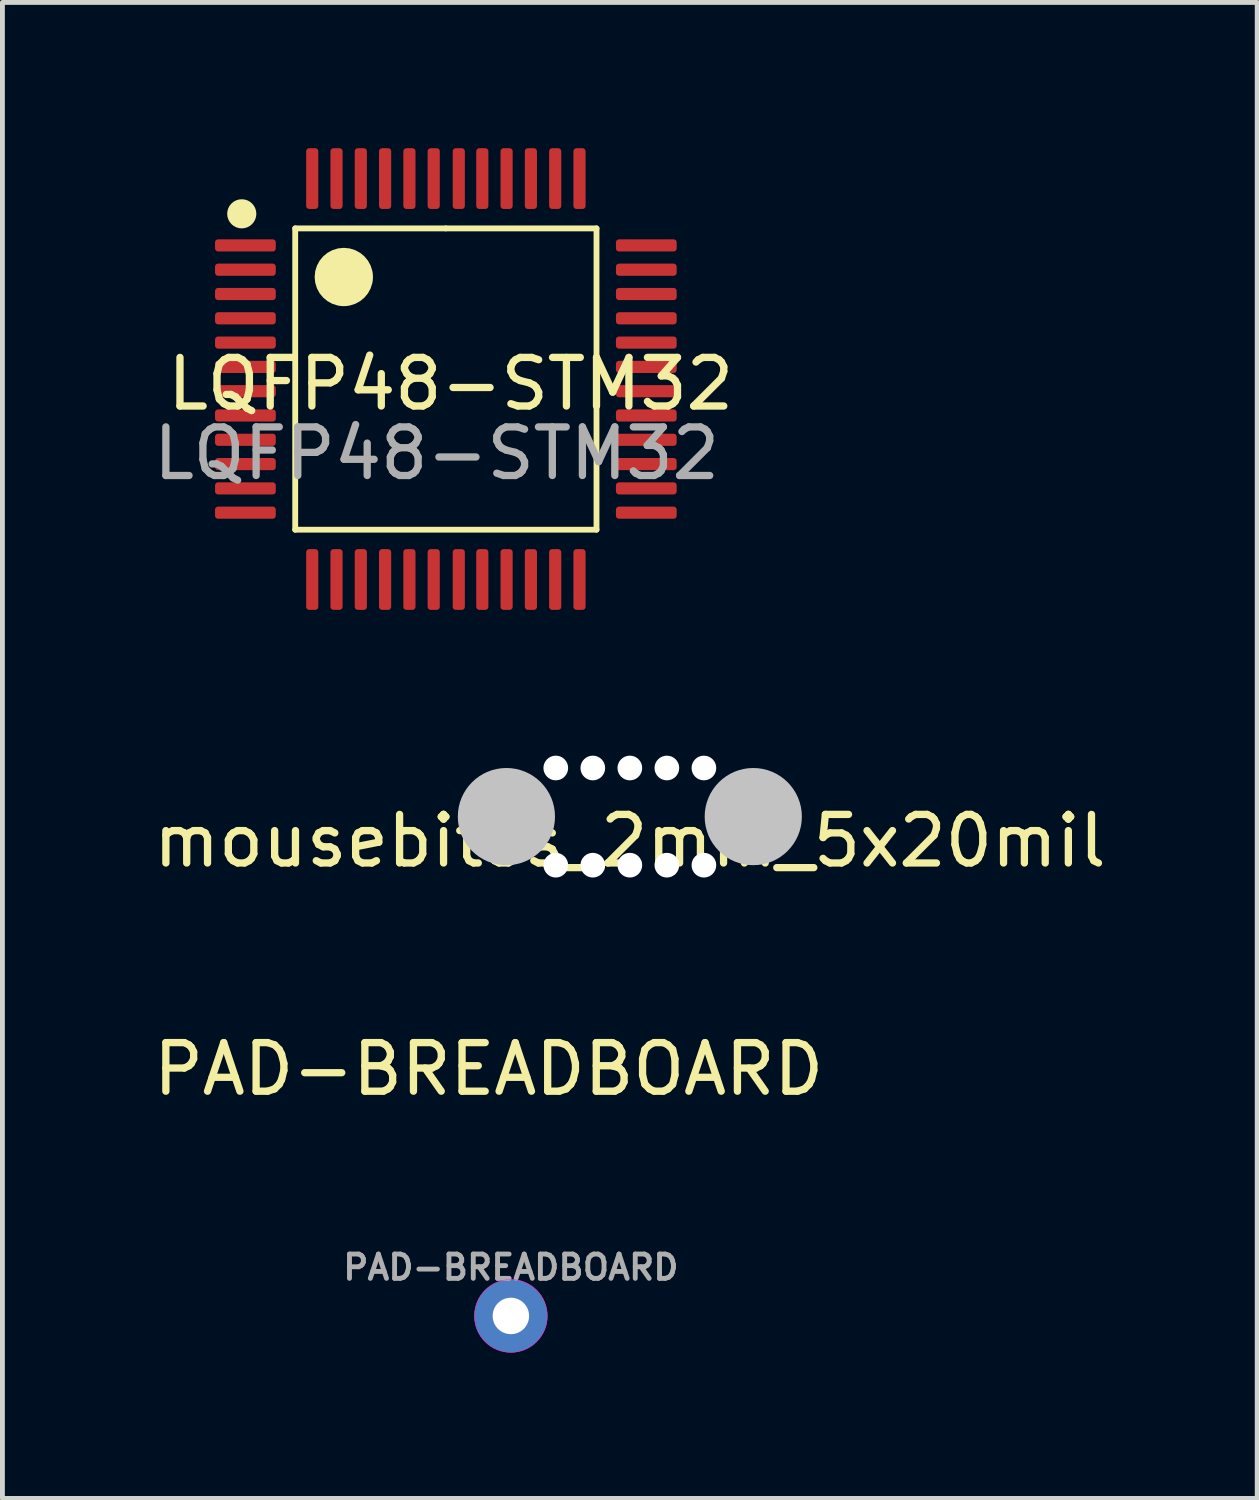
<source format=kicad_pcb>
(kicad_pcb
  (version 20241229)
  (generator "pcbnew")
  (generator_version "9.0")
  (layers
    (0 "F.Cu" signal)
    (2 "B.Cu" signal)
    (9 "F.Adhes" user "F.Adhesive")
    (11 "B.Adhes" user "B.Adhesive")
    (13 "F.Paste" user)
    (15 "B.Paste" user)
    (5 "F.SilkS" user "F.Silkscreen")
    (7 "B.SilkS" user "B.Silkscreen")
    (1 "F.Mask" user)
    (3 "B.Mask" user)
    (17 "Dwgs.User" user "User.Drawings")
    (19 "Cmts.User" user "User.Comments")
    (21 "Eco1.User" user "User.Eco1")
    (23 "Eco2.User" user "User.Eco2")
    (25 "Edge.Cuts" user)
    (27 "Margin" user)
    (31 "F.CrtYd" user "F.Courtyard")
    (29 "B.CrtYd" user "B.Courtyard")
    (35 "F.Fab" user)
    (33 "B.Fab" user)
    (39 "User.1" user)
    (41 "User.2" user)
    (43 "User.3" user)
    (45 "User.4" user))
  (footprint "mousebites_2mm_5x20mil"
    (layer "F.Cu")
    (at 9.911 13.754)
    (property "Reference" "mousebites_2mm_5x20mil" (at 0 0.5 0) (layer "F.SilkS") (effects (font (size 1 1) (thickness 0.15))))
    (attr through_hole)
    (pad "" smd circle (at -2.54 0) (size 2 2) (layers "Dwgs.User"))
    (pad "" np_thru_hole circle (at -1.524 -1) (size 0.508 0.508) (drill 0.508) (layers "*.Cu" "*.Mask"))
    (pad "" np_thru_hole circle (at -1.524 1) (size 0.508 0.508) (drill 0.508) (layers "*.Cu" "*.Mask"))
    (pad "" np_thru_hole circle (at -0.762 -1) (size 0.508 0.508) (drill 0.508) (layers "*.Cu" "*.Mask"))
    (pad "" np_thru_hole circle (at -0.762 1) (size 0.508 0.508) (drill 0.508) (layers "*.Cu" "*.Mask"))
    (pad "" np_thru_hole circle (at 0 -1) (size 0.508 0.508) (drill 0.508) (layers "*.Cu" "*.Mask"))
    (pad "" np_thru_hole circle (at 0 1) (size 0.508 0.508) (drill 0.508) (layers "*.Cu" "*.Mask"))
    (pad "" np_thru_hole circle (at 0.762 -1) (size 0.508 0.508) (drill 0.508) (layers "*.Cu" "*.Mask"))
    (pad "" np_thru_hole circle (at 0.762 1) (size 0.508 0.508) (drill 0.508) (layers "*.Cu" "*.Mask"))
    (pad "" np_thru_hole circle (at 1.524 -1) (size 0.508 0.508) (drill 0.508) (layers "*.Cu" "*.Mask"))
    (pad "" np_thru_hole circle (at 1.524 1) (size 0.508 0.508) (drill 0.508) (layers "*.Cu" "*.Mask"))
    (pad "" smd circle (at 2.54 0) (size 2 2) (layers "Dwgs.User")))
  (footprint "LQFP48-STM32"
    (layer "F.Cu")
    (at 6.125 4.75)
    (property "Reference" "LQFP48-STM32" (at 0.1 0.1 0) (unlocked yes) (layer "F.SilkS") (effects (font (size 1 1) (thickness 0.15))))
    (attr smd)
    (fp_line (start -3.1 -3.1) (end -3.1 3.1) (stroke (width 0.12) (type solid)) (layer "F.SilkS"))
    (fp_line (start -3.1 3.1) (end 3.1 3.1) (stroke (width 0.12) (type solid)) (layer "F.SilkS"))
    (fp_line (start 0 -3.1) (end -3.1 -3.1) (stroke (width 0.12) (type solid)) (layer "F.SilkS"))
    (fp_line (start 3.1 -3.1) (end 0 -3.1) (stroke (width 0.12) (type solid)) (layer "F.SilkS"))
    (fp_line (start 3.1 3.1) (end 3.1 -3.1) (stroke (width 0.12) (type solid)) (layer "F.SilkS"))
    (fp_circle (center -4.2 -3.4) (end -4.05 -3.4) (stroke (width 0.3) (type solid)) (fill no) (layer "F.SilkS"))
    (fp_circle (center -2.1 -2.1) (end -1.8 -2.1) (stroke (width 0.6) (type solid)) (fill no) (layer "F.SilkS"))
    (fp_text user "${REFERENCE}" (at -0.19 1.53 0) (unlocked yes) (layer "F.Fab") (effects (font (size 1 1) (thickness 0.15))))
    (pad "1" smd roundrect (at -4.125 -2.75 90) (size 0.25 1.25) (layers "F.Cu" "F.Mask" "F.Paste") (roundrect_rratio 0.25))
    (pad "2" smd roundrect (at -4.125 -2.25 90) (size 0.25 1.25) (layers "F.Cu" "F.Mask" "F.Paste") (roundrect_rratio 0.25))
    (pad "3" smd roundrect (at -4.125 -1.75 90) (size 0.25 1.25) (layers "F.Cu" "F.Mask" "F.Paste") (roundrect_rratio 0.25))
    (pad "4" smd roundrect (at -4.125 -1.25 90) (size 0.25 1.25) (layers "F.Cu" "F.Mask" "F.Paste") (roundrect_rratio 0.25))
    (pad "5" smd roundrect (at -4.125 -0.75 90) (size 0.25 1.25) (layers "F.Cu" "F.Mask" "F.Paste") (roundrect_rratio 0.25))
    (pad "6" smd roundrect (at -4.125 -0.25 90) (size 0.25 1.25) (layers "F.Cu" "F.Mask" "F.Paste") (roundrect_rratio 0.25))
    (pad "7" smd roundrect (at -4.125 0.25 90) (size 0.25 1.25) (layers "F.Cu" "F.Mask" "F.Paste") (roundrect_rratio 0.25))
    (pad "8" smd roundrect (at -4.125 0.75 90) (size 0.25 1.25) (layers "F.Cu" "F.Mask" "F.Paste") (roundrect_rratio 0.25))
    (pad "9" smd roundrect (at -4.125 1.25 90) (size 0.25 1.25) (layers "F.Cu" "F.Mask" "F.Paste") (roundrect_rratio 0.25))
    (pad "10" smd roundrect (at -4.125 1.75 90) (size 0.25 1.25) (layers "F.Cu" "F.Mask" "F.Paste") (roundrect_rratio 0.25))
    (pad "11" smd roundrect (at -4.125 2.25 90) (size 0.25 1.25) (layers "F.Cu" "F.Mask" "F.Paste") (roundrect_rratio 0.25))
    (pad "12" smd roundrect (at -4.125 2.75 90) (size 0.25 1.25) (layers "F.Cu" "F.Mask" "F.Paste") (roundrect_rratio 0.25))
    (pad "13" smd roundrect (at -2.75 4.125 180) (size 0.25 1.25) (layers "F.Cu" "F.Mask" "F.Paste") (roundrect_rratio 0.25))
    (pad "14" smd roundrect (at -2.25 4.125 180) (size 0.25 1.25) (layers "F.Cu" "F.Mask" "F.Paste") (roundrect_rratio 0.25))
    (pad "15" smd roundrect (at -1.75 4.125 180) (size 0.25 1.25) (layers "F.Cu" "F.Mask" "F.Paste") (roundrect_rratio 0.25))
    (pad "16" smd roundrect (at -1.25 4.125 180) (size 0.25 1.25) (layers "F.Cu" "F.Mask" "F.Paste") (roundrect_rratio 0.25))
    (pad "17" smd roundrect (at -0.75 4.125 180) (size 0.25 1.25) (layers "F.Cu" "F.Mask" "F.Paste") (roundrect_rratio 0.25))
    (pad "18" smd roundrect (at -0.25 4.125 180) (size 0.25 1.25) (layers "F.Cu" "F.Mask" "F.Paste") (roundrect_rratio 0.25))
    (pad "19" smd roundrect (at 0.266 4.125 180) (size 0.25 1.25) (layers "F.Cu" "F.Mask" "F.Paste") (roundrect_rratio 0.25))
    (pad "20" smd roundrect (at 0.75 4.125 180) (size 0.25 1.25) (layers "F.Cu" "F.Mask" "F.Paste") (roundrect_rratio 0.25))
    (pad "21" smd roundrect (at 1.25 4.125 180) (size 0.25 1.25) (layers "F.Cu" "F.Mask" "F.Paste") (roundrect_rratio 0.25))
    (pad "22" smd roundrect (at 1.75 4.125 180) (size 0.25 1.25) (layers "F.Cu" "F.Mask" "F.Paste") (roundrect_rratio 0.25))
    (pad "23" smd roundrect (at 2.25 4.125 180) (size 0.25 1.25) (layers "F.Cu" "F.Mask" "F.Paste") (roundrect_rratio 0.25))
    (pad "24" smd roundrect (at 2.75 4.125 180) (size 0.25 1.25) (layers "F.Cu" "F.Mask" "F.Paste") (roundrect_rratio 0.25))
    (pad "25" smd roundrect (at 4.125 2.75 270) (size 0.25 1.25) (layers "F.Cu" "F.Mask" "F.Paste") (roundrect_rratio 0.25))
    (pad "26" smd roundrect (at 4.125 2.25 270) (size 0.25 1.25) (layers "F.Cu" "F.Mask" "F.Paste") (roundrect_rratio 0.25))
    (pad "27" smd roundrect (at 4.125 1.75 270) (size 0.25 1.25) (layers "F.Cu" "F.Mask" "F.Paste") (roundrect_rratio 0.25))
    (pad "28" smd roundrect (at 4.125 1.25 270) (size 0.25 1.25) (layers "F.Cu" "F.Mask" "F.Paste") (roundrect_rratio 0.25))
    (pad "29" smd roundrect (at 4.125 0.75 270) (size 0.25 1.25) (layers "F.Cu" "F.Mask" "F.Paste") (roundrect_rratio 0.25))
    (pad "30" smd roundrect (at 4.125 0.25 270) (size 0.25 1.25) (layers "F.Cu" "F.Mask" "F.Paste") (roundrect_rratio 0.25))
    (pad "31" smd roundrect (at 4.125 -0.25 270) (size 0.25 1.25) (layers "F.Cu" "F.Mask" "F.Paste") (roundrect_rratio 0.25))
    (pad "32" smd roundrect (at 4.125 -0.75 270) (size 0.25 1.25) (layers "F.Cu" "F.Mask" "F.Paste") (roundrect_rratio 0.25))
    (pad "33" smd roundrect (at 4.125 -1.25 270) (size 0.25 1.25) (layers "F.Cu" "F.Mask" "F.Paste") (roundrect_rratio 0.25))
    (pad "34" smd roundrect (at 4.125 -1.75 270) (size 0.25 1.25) (layers "F.Cu" "F.Mask" "F.Paste") (roundrect_rratio 0.25))
    (pad "35" smd roundrect (at 4.125 -2.25 270) (size 0.25 1.25) (layers "F.Cu" "F.Mask" "F.Paste") (roundrect_rratio 0.25))
    (pad "36" smd roundrect (at 4.125 -2.75 270) (size 0.25 1.25) (layers "F.Cu" "F.Mask" "F.Paste") (roundrect_rratio 0.25))
    (pad "37" smd roundrect (at 2.75 -4.125 180) (size 0.25 1.25) (layers "F.Cu" "F.Mask" "F.Paste") (roundrect_rratio 0.25))
    (pad "38" smd roundrect (at 2.25 -4.125 180) (size 0.25 1.25) (layers "F.Cu" "F.Mask" "F.Paste") (roundrect_rratio 0.25))
    (pad "39" smd roundrect (at 1.75 -4.125 180) (size 0.25 1.25) (layers "F.Cu" "F.Mask" "F.Paste") (roundrect_rratio 0.25))
    (pad "40" smd roundrect (at 1.25 -4.125 180) (size 0.25 1.25) (layers "F.Cu" "F.Mask" "F.Paste") (roundrect_rratio 0.25))
    (pad "41" smd roundrect (at 0.75 -4.125 180) (size 0.25 1.25) (layers "F.Cu" "F.Mask" "F.Paste") (roundrect_rratio 0.25))
    (pad "42" smd roundrect (at 0.266 -4.125 180) (size 0.25 1.25) (layers "F.Cu" "F.Mask" "F.Paste") (roundrect_rratio 0.25))
    (pad "43" smd roundrect (at -0.25 -4.125 180) (size 0.25 1.25) (layers "F.Cu" "F.Mask" "F.Paste") (roundrect_rratio 0.25))
    (pad "44" smd roundrect (at -0.75 -4.125 180) (size 0.25 1.25) (layers "F.Cu" "F.Mask" "F.Paste") (roundrect_rratio 0.25))
    (pad "45" smd roundrect (at -1.25 -4.125 180) (size 0.25 1.25) (layers "F.Cu" "F.Mask" "F.Paste") (roundrect_rratio 0.25))
    (pad "46" smd roundrect (at -1.75 -4.125 180) (size 0.25 1.25) (layers "F.Cu" "F.Mask" "F.Paste") (roundrect_rratio 0.25))
    (pad "47" smd roundrect (at -2.25 -4.125 180) (size 0.25 1.25) (layers "F.Cu" "F.Mask" "F.Paste") (roundrect_rratio 0.25))
    (pad "48" smd roundrect (at -2.75 -4.125 180) (size 0.25 1.25) (layers "F.Cu" "F.Mask" "F.Paste") (roundrect_rratio 0.25)))
  (footprint "PAD-BREADBOARD"
    (layer "F.Cu")
    (at 7.463 24.03)
    (property "Reference" "PAD-BREADBOARD" (at -0.457 -5.08 0) (unlocked yes) (layer "F.SilkS") (effects (font (size 1 1) (thickness 0.15))))
    (attr through_hole)
    (fp_circle (center 0 0) (end 0.75 0) (stroke (width 0.01) (type default)) (fill no) (layer "F.CrtYd"))
    (fp_text user "${REFERENCE}" (at 0 -1 0) (unlocked yes) (layer "F.Fab") (effects (font (size 0.5 0.5) (thickness 0.1) (bold yes))))
    (pad "1" thru_hole circle (at 0 0) (size 1.5 1.5) (drill 0.75) (layers "*.Cu" "*.Mask")))
  (gr_rect
    (start -3 -3)
    (end 22.821 27.785)
    (stroke (width 0.1) (type default))
    (fill no)
    (layer "Edge.Cuts")))
</source>
